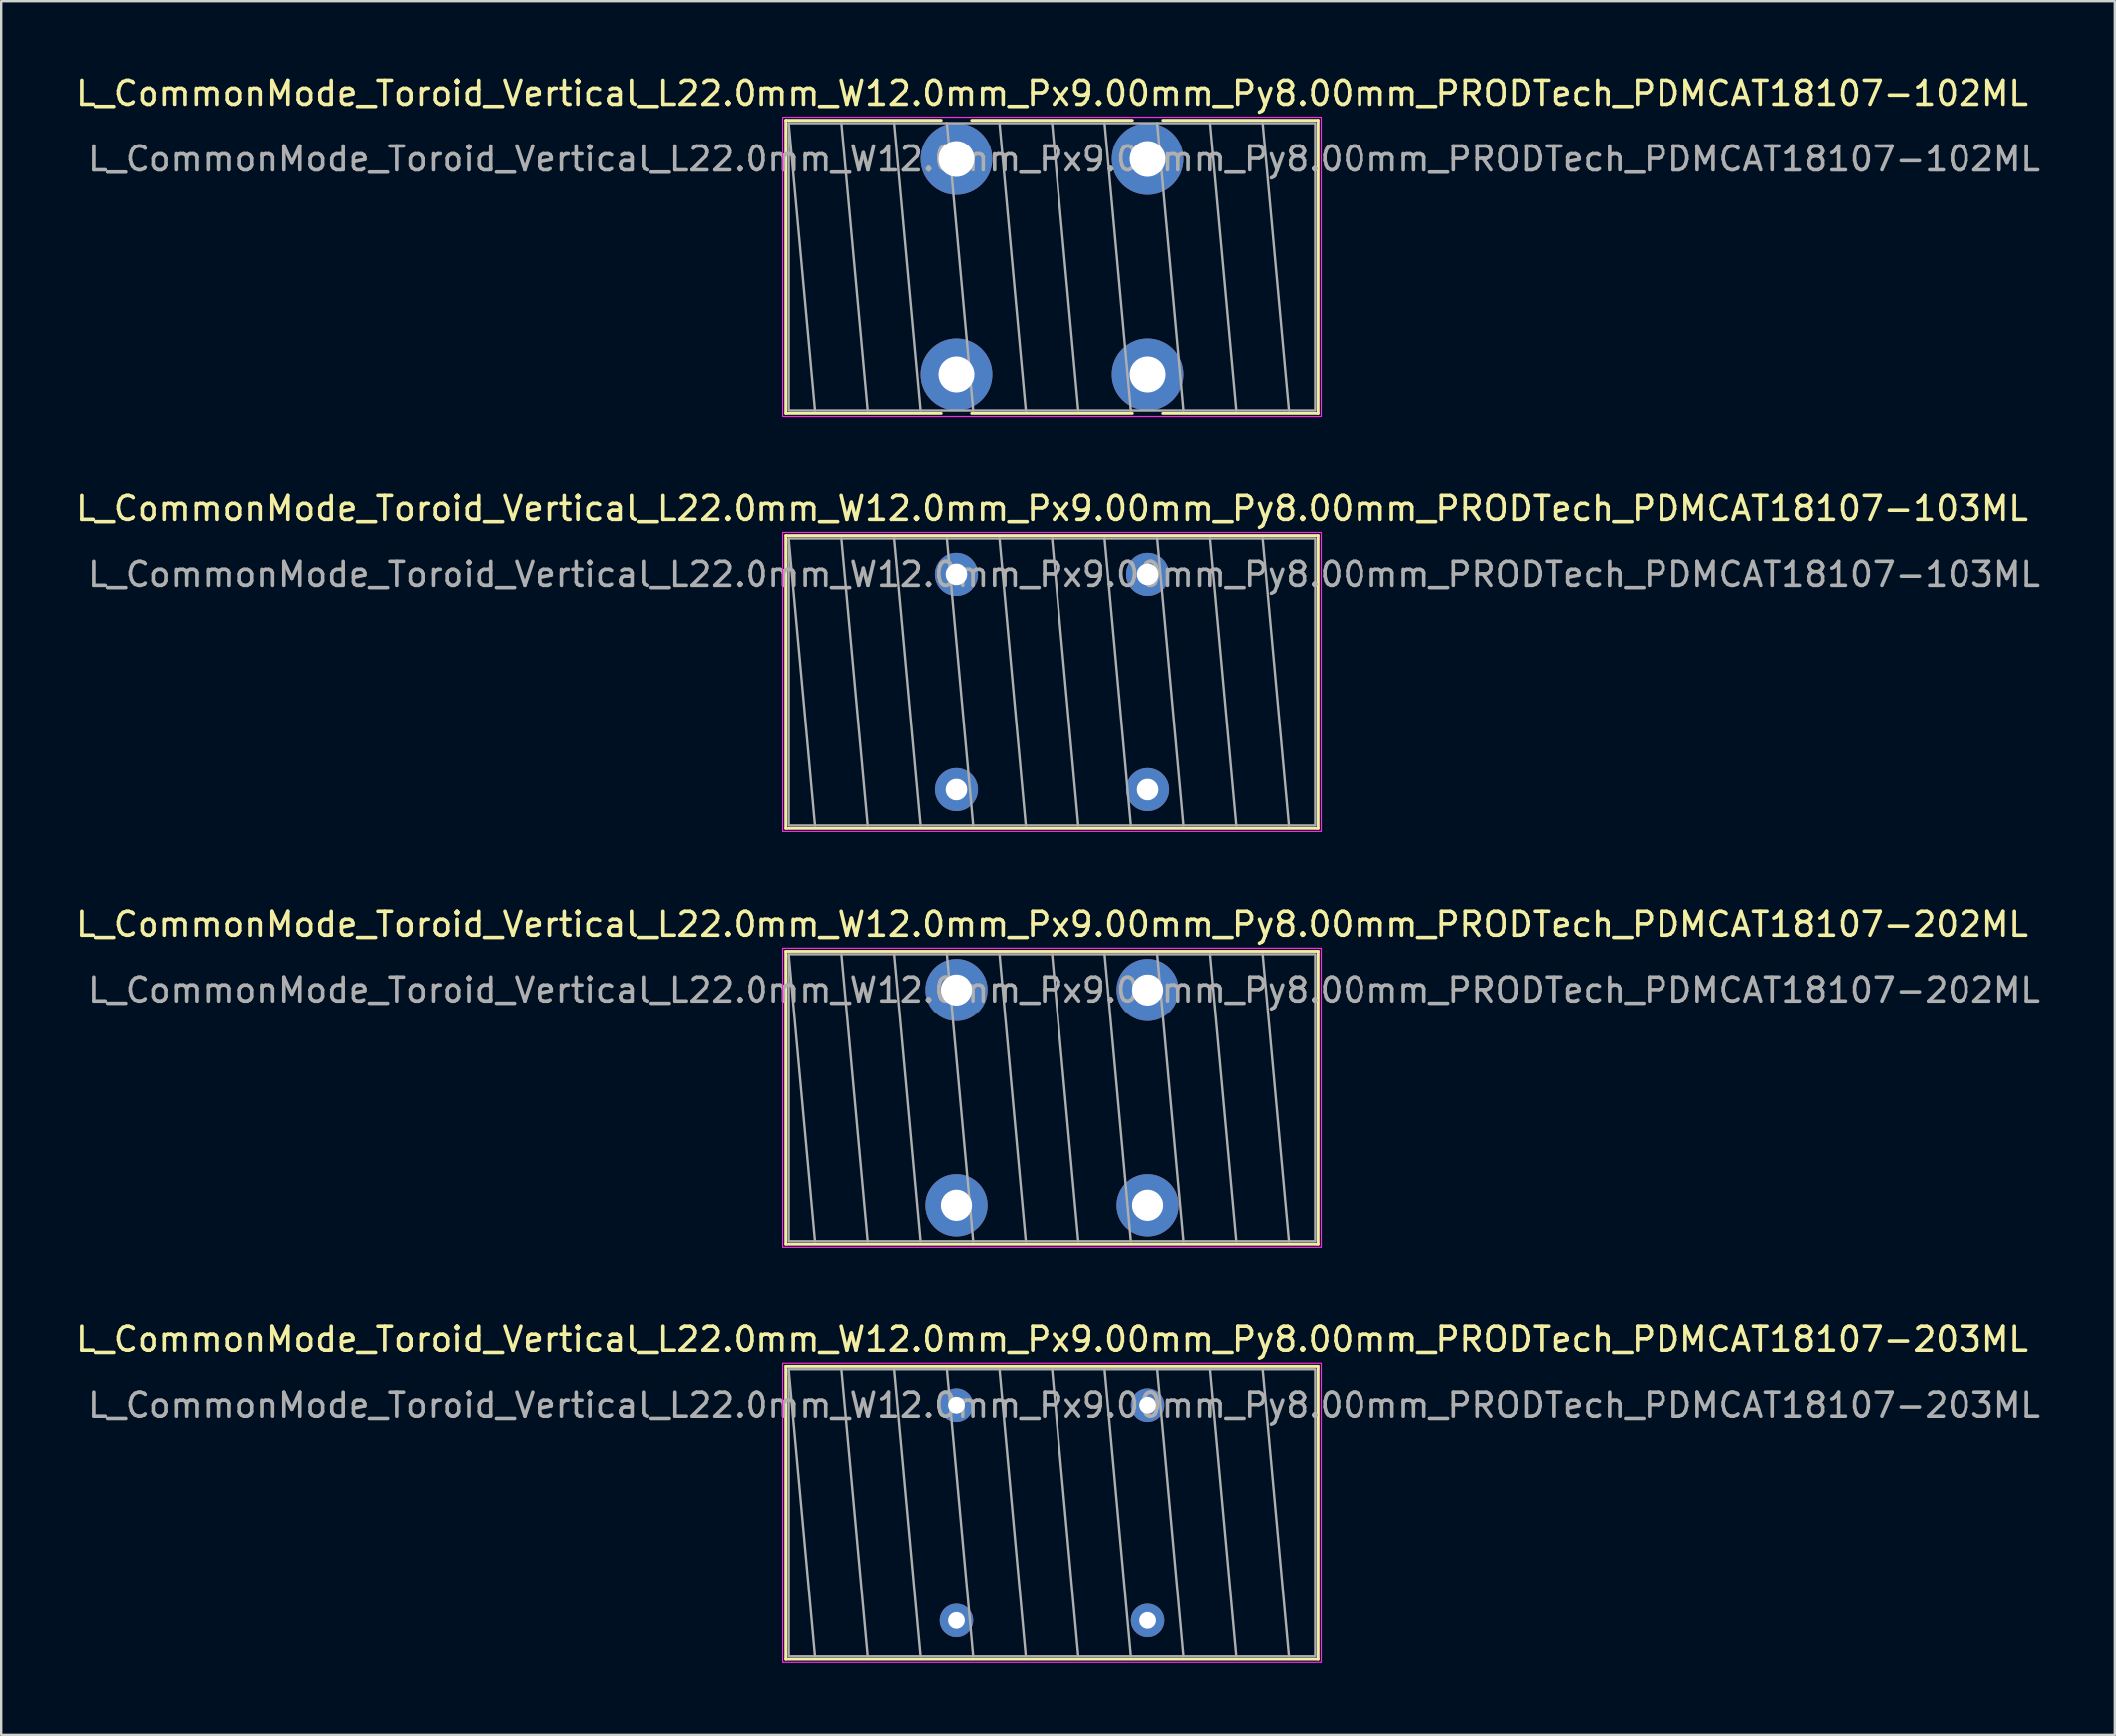
<source format=kicad_pcb>
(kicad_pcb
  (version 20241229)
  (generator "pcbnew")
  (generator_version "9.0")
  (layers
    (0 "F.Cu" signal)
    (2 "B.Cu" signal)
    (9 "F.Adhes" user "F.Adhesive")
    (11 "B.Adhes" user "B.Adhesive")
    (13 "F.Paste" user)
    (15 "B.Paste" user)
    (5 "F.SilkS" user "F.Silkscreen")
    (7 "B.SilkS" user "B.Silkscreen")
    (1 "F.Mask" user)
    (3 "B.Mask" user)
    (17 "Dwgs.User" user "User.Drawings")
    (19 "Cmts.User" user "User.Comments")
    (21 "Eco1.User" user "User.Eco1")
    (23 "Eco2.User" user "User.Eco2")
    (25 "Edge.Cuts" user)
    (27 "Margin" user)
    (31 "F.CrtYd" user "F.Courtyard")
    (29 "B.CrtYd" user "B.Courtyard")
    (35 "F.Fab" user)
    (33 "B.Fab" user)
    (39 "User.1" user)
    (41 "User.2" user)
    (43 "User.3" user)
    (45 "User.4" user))
  (footprint "L_CommonMode_Toroid_Vertical_L22.0mm_W12.0mm_Px9.00mm_Py8.00mm_PRODTech_PDMCAT18107-103ML"
    (layer "F.Cu")
    (at 36.935 20.971)
    (property "Reference" "L_CommonMode_Toroid_Vertical_L22.0mm_W12.0mm_Px9.00mm_Py8.00mm_PRODTech_PDMCAT18107-103ML" (at 4 -2.75 0) (layer "F.SilkS") (effects (font (size 1 1) (thickness 0.15))))
    (attr through_hole)
    (fp_line (start -7.12 -1.62) (end 15.12 -1.62) (stroke (width 0.12) (type solid)) (layer "F.SilkS"))
    (fp_line (start -7.12 10.62) (end -7.12 -1.62) (stroke (width 0.12) (type solid)) (layer "F.SilkS"))
    (fp_line (start 15.12 -1.62) (end 15.12 10.62) (stroke (width 0.12) (type solid)) (layer "F.SilkS"))
    (fp_line (start 15.12 10.62) (end -7.12 10.62) (stroke (width 0.12) (type solid)) (layer "F.SilkS"))
    (fp_rect (start -7.25 -1.75) (end 15.25 10.75) (stroke (width 0.05) (type solid)) (fill no) (layer "F.CrtYd"))
    (fp_line (start -7 -1.5) (end -5.9 10.5) (stroke (width 0.1) (type solid)) (layer "F.Fab"))
    (fp_line (start -4.8 -1.5) (end -3.7 10.5) (stroke (width 0.1) (type solid)) (layer "F.Fab"))
    (fp_line (start -2.6 -1.5) (end -1.5 10.5) (stroke (width 0.1) (type solid)) (layer "F.Fab"))
    (fp_line (start -0.4 -1.5) (end 0.7 10.5) (stroke (width 0.1) (type solid)) (layer "F.Fab"))
    (fp_line (start 1.8 -1.5) (end 2.9 10.5) (stroke (width 0.1) (type solid)) (layer "F.Fab"))
    (fp_line (start 4 -1.5) (end 5.1 10.5) (stroke (width 0.1) (type solid)) (layer "F.Fab"))
    (fp_line (start 6.2 -1.5) (end 7.3 10.5) (stroke (width 0.1) (type solid)) (layer "F.Fab"))
    (fp_line (start 8.4 -1.5) (end 9.5 10.5) (stroke (width 0.1) (type solid)) (layer "F.Fab"))
    (fp_line (start 10.6 -1.5) (end 11.7 10.5) (stroke (width 0.1) (type solid)) (layer "F.Fab"))
    (fp_line (start 12.8 -1.5) (end 13.9 10.5) (stroke (width 0.1) (type solid)) (layer "F.Fab"))
    (fp_rect (start -7 -1.5) (end 15 10.5) (stroke (width 0.1) (type solid)) (fill no) (layer "F.Fab"))
    (fp_text user "${REFERENCE}" (at 4.5 0 0) (layer "F.Fab") (effects (font (size 1 1) (thickness 0.15))))
    (pad "1" thru_hole circle (at 0 0) (size 1.8 1.8) (drill 0.9) (layers "*.Cu" "*.Mask"))
    (pad "2" thru_hole circle (at 0 9) (size 1.8 1.8) (drill 0.9) (layers "*.Cu" "*.Mask"))
    (pad "3" thru_hole circle (at 8 9) (size 1.8 1.8) (drill 0.9) (layers "*.Cu" "*.Mask"))
    (pad "4" thru_hole circle (at 8 0) (size 1.8 1.8) (drill 0.9) (layers "*.Cu" "*.Mask")))
  (footprint "L_CommonMode_Toroid_Vertical_L22.0mm_W12.0mm_Px9.00mm_Py8.00mm_PRODTech_PDMCAT18107-202ML"
    (layer "F.Cu")
    (at 36.935 38.345)
    (property "Reference" "L_CommonMode_Toroid_Vertical_L22.0mm_W12.0mm_Px9.00mm_Py8.00mm_PRODTech_PDMCAT18107-202ML" (at 4 -2.75 0) (layer "F.SilkS") (effects (font (size 1 1) (thickness 0.15))))
    (attr through_hole)
    (fp_line (start -7.12 -1.62) (end 15.12 -1.62) (stroke (width 0.12) (type solid)) (layer "F.SilkS"))
    (fp_line (start -7.12 10.62) (end -7.12 -1.62) (stroke (width 0.12) (type solid)) (layer "F.SilkS"))
    (fp_line (start 15.12 -1.62) (end 15.12 10.62) (stroke (width 0.12) (type solid)) (layer "F.SilkS"))
    (fp_line (start 15.12 10.62) (end -7.12 10.62) (stroke (width 0.12) (type solid)) (layer "F.SilkS"))
    (fp_rect (start -7.25 -1.75) (end 15.25 10.75) (stroke (width 0.05) (type solid)) (fill no) (layer "F.CrtYd"))
    (fp_line (start -7 -1.5) (end -5.9 10.5) (stroke (width 0.1) (type solid)) (layer "F.Fab"))
    (fp_line (start -4.8 -1.5) (end -3.7 10.5) (stroke (width 0.1) (type solid)) (layer "F.Fab"))
    (fp_line (start -2.6 -1.5) (end -1.5 10.5) (stroke (width 0.1) (type solid)) (layer "F.Fab"))
    (fp_line (start -0.4 -1.5) (end 0.7 10.5) (stroke (width 0.1) (type solid)) (layer "F.Fab"))
    (fp_line (start 1.8 -1.5) (end 2.9 10.5) (stroke (width 0.1) (type solid)) (layer "F.Fab"))
    (fp_line (start 4 -1.5) (end 5.1 10.5) (stroke (width 0.1) (type solid)) (layer "F.Fab"))
    (fp_line (start 6.2 -1.5) (end 7.3 10.5) (stroke (width 0.1) (type solid)) (layer "F.Fab"))
    (fp_line (start 8.4 -1.5) (end 9.5 10.5) (stroke (width 0.1) (type solid)) (layer "F.Fab"))
    (fp_line (start 10.6 -1.5) (end 11.7 10.5) (stroke (width 0.1) (type solid)) (layer "F.Fab"))
    (fp_line (start 12.8 -1.5) (end 13.9 10.5) (stroke (width 0.1) (type solid)) (layer "F.Fab"))
    (fp_rect (start -7 -1.5) (end 15 10.5) (stroke (width 0.1) (type solid)) (fill no) (layer "F.Fab"))
    (fp_text user "${REFERENCE}" (at 4.5 0 0) (layer "F.Fab") (effects (font (size 1 1) (thickness 0.15))))
    (pad "1" thru_hole circle (at 0 0) (size 2.6 2.6) (drill 1.3) (layers "*.Cu" "*.Mask"))
    (pad "2" thru_hole circle (at 0 9) (size 2.6 2.6) (drill 1.3) (layers "*.Cu" "*.Mask"))
    (pad "3" thru_hole circle (at 8 9) (size 2.6 2.6) (drill 1.3) (layers "*.Cu" "*.Mask"))
    (pad "4" thru_hole circle (at 8 0) (size 2.6 2.6) (drill 1.3) (layers "*.Cu" "*.Mask")))
  (footprint "L_CommonMode_Toroid_Vertical_L22.0mm_W12.0mm_Px9.00mm_Py8.00mm_PRODTech_PDMCAT18107-102ML"
    (layer "F.Cu")
    (at 36.935 3.598)
    (property "Reference" "L_CommonMode_Toroid_Vertical_L22.0mm_W12.0mm_Px9.00mm_Py8.00mm_PRODTech_PDMCAT18107-102ML" (at 4 -2.75 0) (layer "F.SilkS") (effects (font (size 1 1) (thickness 0.15))))
    (attr through_hole)
    (fp_line (start -7.12 -1.62) (end -0.635 -1.62) (stroke (width 0.12) (type solid)) (layer "F.SilkS"))
    (fp_line (start -7.12 10.62) (end -7.12 -1.62) (stroke (width 0.12) (type solid)) (layer "F.SilkS"))
    (fp_line (start -0.635 10.62) (end -7.12 10.62) (stroke (width 0.12) (type solid)) (layer "F.SilkS"))
    (fp_line (start 0.635 -1.62) (end 7.365 -1.62) (stroke (width 0.12) (type solid)) (layer "F.SilkS"))
    (fp_line (start 7.365 10.62) (end 0.635 10.62) (stroke (width 0.12) (type solid)) (layer "F.SilkS"))
    (fp_line (start 8.635 -1.62) (end 15.12 -1.62) (stroke (width 0.12) (type solid)) (layer "F.SilkS"))
    (fp_line (start 15.12 -1.62) (end 15.12 10.62) (stroke (width 0.12) (type solid)) (layer "F.SilkS"))
    (fp_line (start 15.12 10.62) (end 8.635 10.62) (stroke (width 0.12) (type solid)) (layer "F.SilkS"))
    (fp_rect (start -7.25 -1.75) (end 15.25 10.75) (stroke (width 0.05) (type solid)) (fill no) (layer "F.CrtYd"))
    (fp_line (start -7 -1.5) (end -5.9 10.5) (stroke (width 0.1) (type solid)) (layer "F.Fab"))
    (fp_line (start -4.8 -1.5) (end -3.7 10.5) (stroke (width 0.1) (type solid)) (layer "F.Fab"))
    (fp_line (start -2.6 -1.5) (end -1.5 10.5) (stroke (width 0.1) (type solid)) (layer "F.Fab"))
    (fp_line (start -0.4 -1.5) (end 0.7 10.5) (stroke (width 0.1) (type solid)) (layer "F.Fab"))
    (fp_line (start 1.8 -1.5) (end 2.9 10.5) (stroke (width 0.1) (type solid)) (layer "F.Fab"))
    (fp_line (start 4 -1.5) (end 5.1 10.5) (stroke (width 0.1) (type solid)) (layer "F.Fab"))
    (fp_line (start 6.2 -1.5) (end 7.3 10.5) (stroke (width 0.1) (type solid)) (layer "F.Fab"))
    (fp_line (start 8.4 -1.5) (end 9.5 10.5) (stroke (width 0.1) (type solid)) (layer "F.Fab"))
    (fp_line (start 10.6 -1.5) (end 11.7 10.5) (stroke (width 0.1) (type solid)) (layer "F.Fab"))
    (fp_line (start 12.8 -1.5) (end 13.9 10.5) (stroke (width 0.1) (type solid)) (layer "F.Fab"))
    (fp_rect (start -7 -1.5) (end 15 10.5) (stroke (width 0.1) (type solid)) (fill no) (layer "F.Fab"))
    (fp_text user "${REFERENCE}" (at 4.5 0 0) (layer "F.Fab") (effects (font (size 1 1) (thickness 0.15))))
    (pad "1" thru_hole circle (at 0 0) (size 3 3) (drill 1.5) (layers "*.Cu" "*.Mask"))
    (pad "2" thru_hole circle (at 0 9) (size 3 3) (drill 1.5) (layers "*.Cu" "*.Mask"))
    (pad "3" thru_hole circle (at 8 9) (size 3 3) (drill 1.5) (layers "*.Cu" "*.Mask"))
    (pad "4" thru_hole circle (at 8 0) (size 3 3) (drill 1.5) (layers "*.Cu" "*.Mask")))
  (footprint "L_CommonMode_Toroid_Vertical_L22.0mm_W12.0mm_Px9.00mm_Py8.00mm_PRODTech_PDMCAT18107-203ML"
    (layer "F.Cu")
    (at 36.935 55.718)
    (property "Reference" "L_CommonMode_Toroid_Vertical_L22.0mm_W12.0mm_Px9.00mm_Py8.00mm_PRODTech_PDMCAT18107-203ML" (at 4 -2.75 0) (layer "F.SilkS") (effects (font (size 1 1) (thickness 0.15))))
    (attr through_hole)
    (fp_line (start -7.12 -1.62) (end 15.12 -1.62) (stroke (width 0.12) (type solid)) (layer "F.SilkS"))
    (fp_line (start -7.12 10.62) (end -7.12 -1.62) (stroke (width 0.12) (type solid)) (layer "F.SilkS"))
    (fp_line (start 15.12 -1.62) (end 15.12 10.62) (stroke (width 0.12) (type solid)) (layer "F.SilkS"))
    (fp_line (start 15.12 10.62) (end -7.12 10.62) (stroke (width 0.12) (type solid)) (layer "F.SilkS"))
    (fp_rect (start -7.25 -1.75) (end 15.25 10.75) (stroke (width 0.05) (type solid)) (fill no) (layer "F.CrtYd"))
    (fp_line (start -7 -1.5) (end -5.9 10.5) (stroke (width 0.1) (type solid)) (layer "F.Fab"))
    (fp_line (start -4.8 -1.5) (end -3.7 10.5) (stroke (width 0.1) (type solid)) (layer "F.Fab"))
    (fp_line (start -2.6 -1.5) (end -1.5 10.5) (stroke (width 0.1) (type solid)) (layer "F.Fab"))
    (fp_line (start -0.4 -1.5) (end 0.7 10.5) (stroke (width 0.1) (type solid)) (layer "F.Fab"))
    (fp_line (start 1.8 -1.5) (end 2.9 10.5) (stroke (width 0.1) (type solid)) (layer "F.Fab"))
    (fp_line (start 4 -1.5) (end 5.1 10.5) (stroke (width 0.1) (type solid)) (layer "F.Fab"))
    (fp_line (start 6.2 -1.5) (end 7.3 10.5) (stroke (width 0.1) (type solid)) (layer "F.Fab"))
    (fp_line (start 8.4 -1.5) (end 9.5 10.5) (stroke (width 0.1) (type solid)) (layer "F.Fab"))
    (fp_line (start 10.6 -1.5) (end 11.7 10.5) (stroke (width 0.1) (type solid)) (layer "F.Fab"))
    (fp_line (start 12.8 -1.5) (end 13.9 10.5) (stroke (width 0.1) (type solid)) (layer "F.Fab"))
    (fp_rect (start -7 -1.5) (end 15 10.5) (stroke (width 0.1) (type solid)) (fill no) (layer "F.Fab"))
    (fp_text user "${REFERENCE}" (at 4.5 0 0) (layer "F.Fab") (effects (font (size 1 1) (thickness 0.15))))
    (pad "1" thru_hole circle (at 0 0) (size 1.4 1.4) (drill 0.7) (layers "*.Cu" "*.Mask"))
    (pad "2" thru_hole circle (at 0 9) (size 1.4 1.4) (drill 0.7) (layers "*.Cu" "*.Mask"))
    (pad "3" thru_hole circle (at 8 9) (size 1.4 1.4) (drill 0.7) (layers "*.Cu" "*.Mask"))
    (pad "4" thru_hole circle (at 8 0) (size 1.4 1.4) (drill 0.7) (layers "*.Cu" "*.Mask")))
  (gr_rect
    (start -3 -3)
    (end 85.369 69.493)
    (stroke (width 0.1) (type default))
    (fill no)
    (layer "Edge.Cuts")))
</source>
